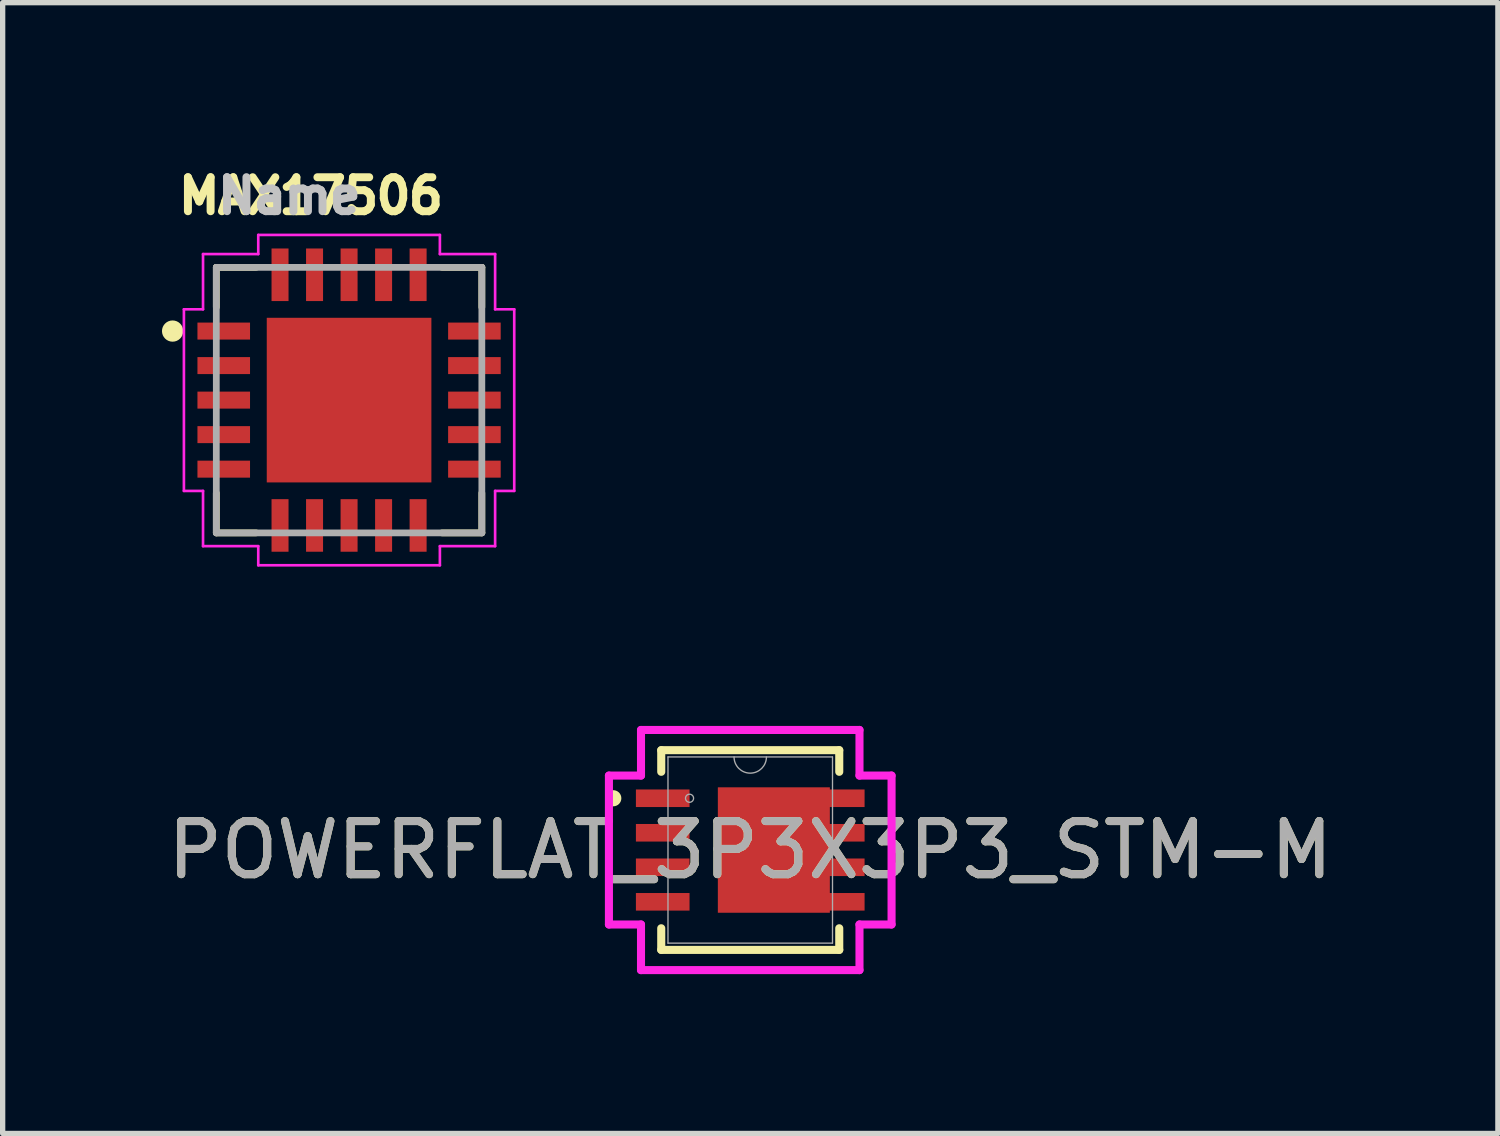
<source format=kicad_pcb>
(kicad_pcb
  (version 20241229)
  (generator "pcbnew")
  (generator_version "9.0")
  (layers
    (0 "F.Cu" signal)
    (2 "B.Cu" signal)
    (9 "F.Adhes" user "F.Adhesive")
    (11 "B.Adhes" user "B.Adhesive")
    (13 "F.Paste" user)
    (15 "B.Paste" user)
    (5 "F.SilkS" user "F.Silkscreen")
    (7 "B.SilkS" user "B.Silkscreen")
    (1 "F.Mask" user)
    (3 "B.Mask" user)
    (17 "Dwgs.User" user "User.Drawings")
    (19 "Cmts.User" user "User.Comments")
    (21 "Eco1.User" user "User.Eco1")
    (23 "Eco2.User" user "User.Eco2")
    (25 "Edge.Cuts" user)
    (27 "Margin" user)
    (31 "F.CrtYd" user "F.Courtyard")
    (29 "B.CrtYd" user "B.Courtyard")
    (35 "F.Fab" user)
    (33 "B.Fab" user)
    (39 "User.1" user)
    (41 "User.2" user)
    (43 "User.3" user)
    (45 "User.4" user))
  (footprint "MAX17506"
    (layer "F.Cu")
    (at 3.523 4.484)
    (property "Reference" "MAX17506" (at -0.718 -3.845 0) (layer "F.SilkS") (effects (font (size 0.64 0.64) (thickness 0.15))))
    (attr smd)
    (fp_line (start -2.5 -2.5) (end -1.75 -2.5) (stroke (width 0.127) (type solid)) (layer "F.SilkS"))
    (fp_line (start -2.5 -1.75) (end -2.5 -2.5) (stroke (width 0.127) (type solid)) (layer "F.SilkS"))
    (fp_line (start -2.5 1.75) (end -2.5 2.5) (stroke (width 0.127) (type solid)) (layer "F.SilkS"))
    (fp_line (start -2.5 2.5) (end -1.75 2.5) (stroke (width 0.127) (type solid)) (layer "F.SilkS"))
    (fp_line (start 1.75 -2.5) (end 2.5 -2.5) (stroke (width 0.127) (type solid)) (layer "F.SilkS"))
    (fp_line (start 1.75 2.5) (end 2.5 2.5) (stroke (width 0.127) (type solid)) (layer "F.SilkS"))
    (fp_line (start 2.5 -2.5) (end 2.5 -1.75) (stroke (width 0.127) (type solid)) (layer "F.SilkS"))
    (fp_line (start 2.5 2.5) (end 2.5 1.75) (stroke (width 0.127) (type solid)) (layer "F.SilkS"))
    (fp_circle (center -3.323 -1.3) (end -3.223 -1.3) (stroke (width 0.2) (type solid)) (fill no) (layer "F.SilkS"))
    (fp_poly (pts (xy -1.171 0.19) (xy -0.19 0.19) (xy -0.19 1.171) (xy -1.171 1.171)) (stroke (width 0.01) (type solid)) (fill yes) (layer "F.Paste"))
    (fp_poly (pts (xy -1.171 -1.17) (xy -0.19 -1.17) (xy -0.19 -0.19) (xy -1.171 -0.19)) (stroke (width 0.01) (type solid)) (fill yes) (layer "F.Paste"))
    (fp_poly (pts (xy 0.19 -1.17) (xy 1.17 -1.17) (xy 1.17 -0.19) (xy 0.19 -0.19)) (stroke (width 0.01) (type solid)) (fill yes) (layer "F.Paste"))
    (fp_poly (pts (xy 0.19 0.19) (xy 1.17 0.19) (xy 1.17 1.172) (xy 0.19 1.172)) (stroke (width 0.01) (type solid)) (fill yes) (layer "F.Paste"))
    (fp_line (start -3.11 -1.71) (end -3.11 1.71) (stroke (width 0.05) (type solid)) (layer "F.CrtYd"))
    (fp_line (start -3.11 1.71) (end -2.75 1.71) (stroke (width 0.05) (type solid)) (layer "F.CrtYd"))
    (fp_line (start -2.75 -2.75) (end -2.75 -1.71) (stroke (width 0.05) (type solid)) (layer "F.CrtYd"))
    (fp_line (start -2.75 -1.71) (end -3.11 -1.71) (stroke (width 0.05) (type solid)) (layer "F.CrtYd"))
    (fp_line (start -2.75 1.71) (end -2.75 2.75) (stroke (width 0.05) (type solid)) (layer "F.CrtYd"))
    (fp_line (start -2.75 2.75) (end -1.71 2.75) (stroke (width 0.05) (type solid)) (layer "F.CrtYd"))
    (fp_line (start -1.71 -3.11) (end -1.71 -2.75) (stroke (width 0.05) (type solid)) (layer "F.CrtYd"))
    (fp_line (start -1.71 -2.75) (end -2.75 -2.75) (stroke (width 0.05) (type solid)) (layer "F.CrtYd"))
    (fp_line (start -1.71 2.75) (end -1.71 3.11) (stroke (width 0.05) (type solid)) (layer "F.CrtYd"))
    (fp_line (start -1.71 3.11) (end 1.71 3.11) (stroke (width 0.05) (type solid)) (layer "F.CrtYd"))
    (fp_line (start 1.71 -3.11) (end -1.71 -3.11) (stroke (width 0.05) (type solid)) (layer "F.CrtYd"))
    (fp_line (start 1.71 -2.75) (end 1.71 -3.11) (stroke (width 0.05) (type solid)) (layer "F.CrtYd"))
    (fp_line (start 1.71 2.75) (end 2.75 2.75) (stroke (width 0.05) (type solid)) (layer "F.CrtYd"))
    (fp_line (start 1.71 3.11) (end 1.71 2.75) (stroke (width 0.05) (type solid)) (layer "F.CrtYd"))
    (fp_line (start 2.75 -2.75) (end 1.71 -2.75) (stroke (width 0.05) (type solid)) (layer "F.CrtYd"))
    (fp_line (start 2.75 -1.71) (end 2.75 -2.75) (stroke (width 0.05) (type solid)) (layer "F.CrtYd"))
    (fp_line (start 2.75 1.71) (end 3.11 1.71) (stroke (width 0.05) (type solid)) (layer "F.CrtYd"))
    (fp_line (start 2.75 2.75) (end 2.75 1.71) (stroke (width 0.05) (type solid)) (layer "F.CrtYd"))
    (fp_line (start 3.11 -1.71) (end 2.75 -1.71) (stroke (width 0.05) (type solid)) (layer "F.CrtYd"))
    (fp_line (start 3.11 1.71) (end 3.11 -1.71) (stroke (width 0.05) (type solid)) (layer "F.CrtYd"))
    (fp_line (start -2.5 -2.5) (end 2.5 -2.5) (stroke (width 0.127) (type solid)) (layer "F.Fab"))
    (fp_line (start -2.5 2.5) (end -2.5 -2.5) (stroke (width 0.127) (type solid)) (layer "F.Fab"))
    (fp_line (start 2.5 -2.5) (end 2.5 2.5) (stroke (width 0.127) (type solid)) (layer "F.Fab"))
    (fp_line (start 2.5 2.5) (end -2.5 2.5) (stroke (width 0.127) (type solid)) (layer "F.Fab"))
    (fp_text user "Name" (at -1.125 -3.846 0) (layer "Dwgs.User") (effects (font (size 0.64 0.64) (thickness 0.15))))
    (pad "1" smd rect (at -2.36 -1.3) (size 0.99 0.32) (layers "F.Cu" "F.Mask" "F.Paste"))
    (pad "2" smd rect (at -2.36 -0.65) (size 0.99 0.32) (layers "F.Cu" "F.Mask" "F.Paste"))
    (pad "3" smd rect (at -2.36 0) (size 0.99 0.32) (layers "F.Cu" "F.Mask" "F.Paste"))
    (pad "4" smd rect (at -2.36 0.65) (size 0.99 0.32) (layers "F.Cu" "F.Mask" "F.Paste"))
    (pad "5" smd rect (at -2.36 1.3) (size 0.99 0.32) (layers "F.Cu" "F.Mask" "F.Paste"))
    (pad "6" smd rect (at -1.3 2.36) (size 0.32 0.99) (layers "F.Cu" "F.Mask" "F.Paste"))
    (pad "7" smd rect (at -0.65 2.36) (size 0.32 0.99) (layers "F.Cu" "F.Mask" "F.Paste"))
    (pad "8" smd rect (at 0 2.36) (size 0.32 0.99) (layers "F.Cu" "F.Mask" "F.Paste"))
    (pad "9" smd rect (at 0.65 2.36) (size 0.32 0.99) (layers "F.Cu" "F.Mask" "F.Paste"))
    (pad "10" smd rect (at 1.3 2.36) (size 0.32 0.99) (layers "F.Cu" "F.Mask" "F.Paste"))
    (pad "11" smd rect (at 2.36 1.3) (size 0.99 0.32) (layers "F.Cu" "F.Mask" "F.Paste"))
    (pad "12" smd rect (at 2.36 0.65) (size 0.99 0.32) (layers "F.Cu" "F.Mask" "F.Paste"))
    (pad "13" smd rect (at 2.36 0) (size 0.99 0.32) (layers "F.Cu" "F.Mask" "F.Paste"))
    (pad "14" smd rect (at 2.36 -0.65) (size 0.99 0.32) (layers "F.Cu" "F.Mask" "F.Paste"))
    (pad "15" smd rect (at 2.36 -1.3) (size 0.99 0.32) (layers "F.Cu" "F.Mask" "F.Paste"))
    (pad "16" smd rect (at 1.3 -2.36) (size 0.32 0.99) (layers "F.Cu" "F.Mask" "F.Paste"))
    (pad "17" smd rect (at 0.65 -2.36) (size 0.32 0.99) (layers "F.Cu" "F.Mask" "F.Paste"))
    (pad "18" smd rect (at 0 -2.36) (size 0.32 0.99) (layers "F.Cu" "F.Mask" "F.Paste"))
    (pad "19" smd rect (at -0.65 -2.36) (size 0.32 0.99) (layers "F.Cu" "F.Mask" "F.Paste"))
    (pad "20" smd rect (at -1.3 -2.36) (size 0.32 0.99) (layers "F.Cu" "F.Mask" "F.Paste"))
    (pad "21" smd rect (at 0 0) (size 3.1 3.1) (layers "F.Cu" "F.Mask")))
  (footprint "POWERFLAT_3P3X3P3_STM-M"
    (layer "F.Cu")
    (at 11.077 12.956)
    (property "Reference" "POWERFLAT_3P3X3P3_STM-M" (at 0 0 0) (unlocked yes) (layer "F.SilkS") (effects (font (size 1 1) (thickness 0.15))))
    (attr smd)
    (fp_poly (pts (xy 1.499 -1.181) (xy -0.61 -1.181) (xy -0.61 1.181) (xy 1.499 1.181)) (stroke (width 0) (type solid)) (fill yes) (layer "F.Cu"))
    (fp_poly (pts (xy 1.499 -1.181) (xy -0.61 -1.181) (xy -0.61 1.181) (xy 1.499 1.181)) (stroke (width 0) (type solid)) (fill yes) (layer "F.Mask"))
    (fp_line (start -1.676 -1.88) (end -1.676 -1.473) (stroke (width 0.152) (type solid)) (layer "F.SilkS"))
    (fp_line (start -1.676 1.473) (end -1.676 1.88) (stroke (width 0.152) (type solid)) (layer "F.SilkS"))
    (fp_line (start -1.676 1.88) (end 1.676 1.88) (stroke (width 0.152) (type solid)) (layer "F.SilkS"))
    (fp_line (start 1.676 -1.88) (end -1.676 -1.88) (stroke (width 0.152) (type solid)) (layer "F.SilkS"))
    (fp_line (start 1.676 -1.473) (end 1.676 -1.88) (stroke (width 0.152) (type solid)) (layer "F.SilkS"))
    (fp_line (start 1.676 1.88) (end 1.676 1.473) (stroke (width 0.152) (type solid)) (layer "F.SilkS"))
    (fp_circle (center -2.579 -0.975) (end -2.503 -0.975) (stroke (width 0.152) (type solid)) (fill no) (layer "F.SilkS"))
    (fp_poly (pts (xy 1.499 -1.181) (xy -0.61 -1.181) (xy -0.61 1.181) (xy 1.499 1.181)) (stroke (width 0) (type solid)) (fill yes) (layer "F.Paste"))
    (fp_line (start -2.661 -1.402) (end -2.057 -1.402) (stroke (width 0.152) (type solid)) (layer "F.CrtYd"))
    (fp_line (start -2.661 1.402) (end -2.661 -1.402) (stroke (width 0.152) (type solid)) (layer "F.CrtYd"))
    (fp_line (start -2.661 1.402) (end -2.057 1.402) (stroke (width 0.152) (type solid)) (layer "F.CrtYd"))
    (fp_line (start -2.057 -2.261) (end 2.057 -2.261) (stroke (width 0.152) (type solid)) (layer "F.CrtYd"))
    (fp_line (start -2.057 -1.402) (end -2.057 -2.261) (stroke (width 0.152) (type solid)) (layer "F.CrtYd"))
    (fp_line (start -2.057 2.261) (end -2.057 1.402) (stroke (width 0.152) (type solid)) (layer "F.CrtYd"))
    (fp_line (start 2.057 -2.261) (end 2.057 -1.402) (stroke (width 0.152) (type solid)) (layer "F.CrtYd"))
    (fp_line (start 2.057 1.402) (end 2.057 2.261) (stroke (width 0.152) (type solid)) (layer "F.CrtYd"))
    (fp_line (start 2.057 2.261) (end -2.057 2.261) (stroke (width 0.152) (type solid)) (layer "F.CrtYd"))
    (fp_line (start 2.661 -1.402) (end 2.057 -1.402) (stroke (width 0.152) (type solid)) (layer "F.CrtYd"))
    (fp_line (start 2.661 -1.402) (end 2.661 1.402) (stroke (width 0.152) (type solid)) (layer "F.CrtYd"))
    (fp_line (start 2.661 1.402) (end 2.057 1.402) (stroke (width 0.152) (type solid)) (layer "F.CrtYd"))
    (fp_line (start -1.549 -1.753) (end -1.549 1.753) (stroke (width 0.025) (type solid)) (layer "F.Fab"))
    (fp_line (start -1.549 1.753) (end 1.549 1.753) (stroke (width 0.025) (type solid)) (layer "F.Fab"))
    (fp_line (start 1.549 -1.753) (end -1.549 -1.753) (stroke (width 0.025) (type solid)) (layer "F.Fab"))
    (fp_line (start 1.549 1.753) (end 1.549 -1.753) (stroke (width 0.025) (type solid)) (layer "F.Fab"))
    (fp_arc (start 0.3048 -1.7526) (mid 0 -1.4478) (end -0.3048 -1.7526) (stroke (width 0.0254) (type solid)) (layer "F.Fab"))
    (fp_circle (center -1.143 -0.975) (end -1.067 -0.975) (stroke (width 0.025) (type solid)) (fill no) (layer "F.Fab"))
    (fp_text user "${REFERENCE}" (at 0 0 0) (unlocked yes) (layer "F.Fab") (effects (font (size 1 1) (thickness 0.15))))
    (pad "1" smd rect (at -1.648 -0.975) (size 1.01 0.331) (layers "F.Cu" "F.Mask" "F.Paste"))
    (pad "2" smd rect (at -1.648 -0.325) (size 1.01 0.331) (layers "F.Cu" "F.Mask" "F.Paste"))
    (pad "3" smd rect (at -1.648 0.325) (size 1.01 0.331) (layers "F.Cu" "F.Mask" "F.Paste"))
    (pad "4" smd rect (at -1.648 0.975) (size 1.01 0.331) (layers "F.Cu" "F.Mask" "F.Paste"))
    (pad "5" smd rect (at 1.648 0.975) (size 1.01 0.331) (layers "F.Cu" "F.Mask" "F.Paste"))
    (pad "6" smd rect (at 1.648 0.325) (size 1.01 0.331) (layers "F.Cu" "F.Mask" "F.Paste"))
    (pad "7" smd rect (at 1.648 -0.325) (size 1.01 0.331) (layers "F.Cu" "F.Mask" "F.Paste"))
    (pad "8" smd rect (at 1.648 -0.975) (size 1.01 0.331) (layers "F.Cu" "F.Mask" "F.Paste")))
  (gr_rect
    (start -3 -3)
    (end 25.155 18.293)
    (stroke (width 0.1) (type default))
    (fill no)
    (layer "Edge.Cuts")))
</source>
